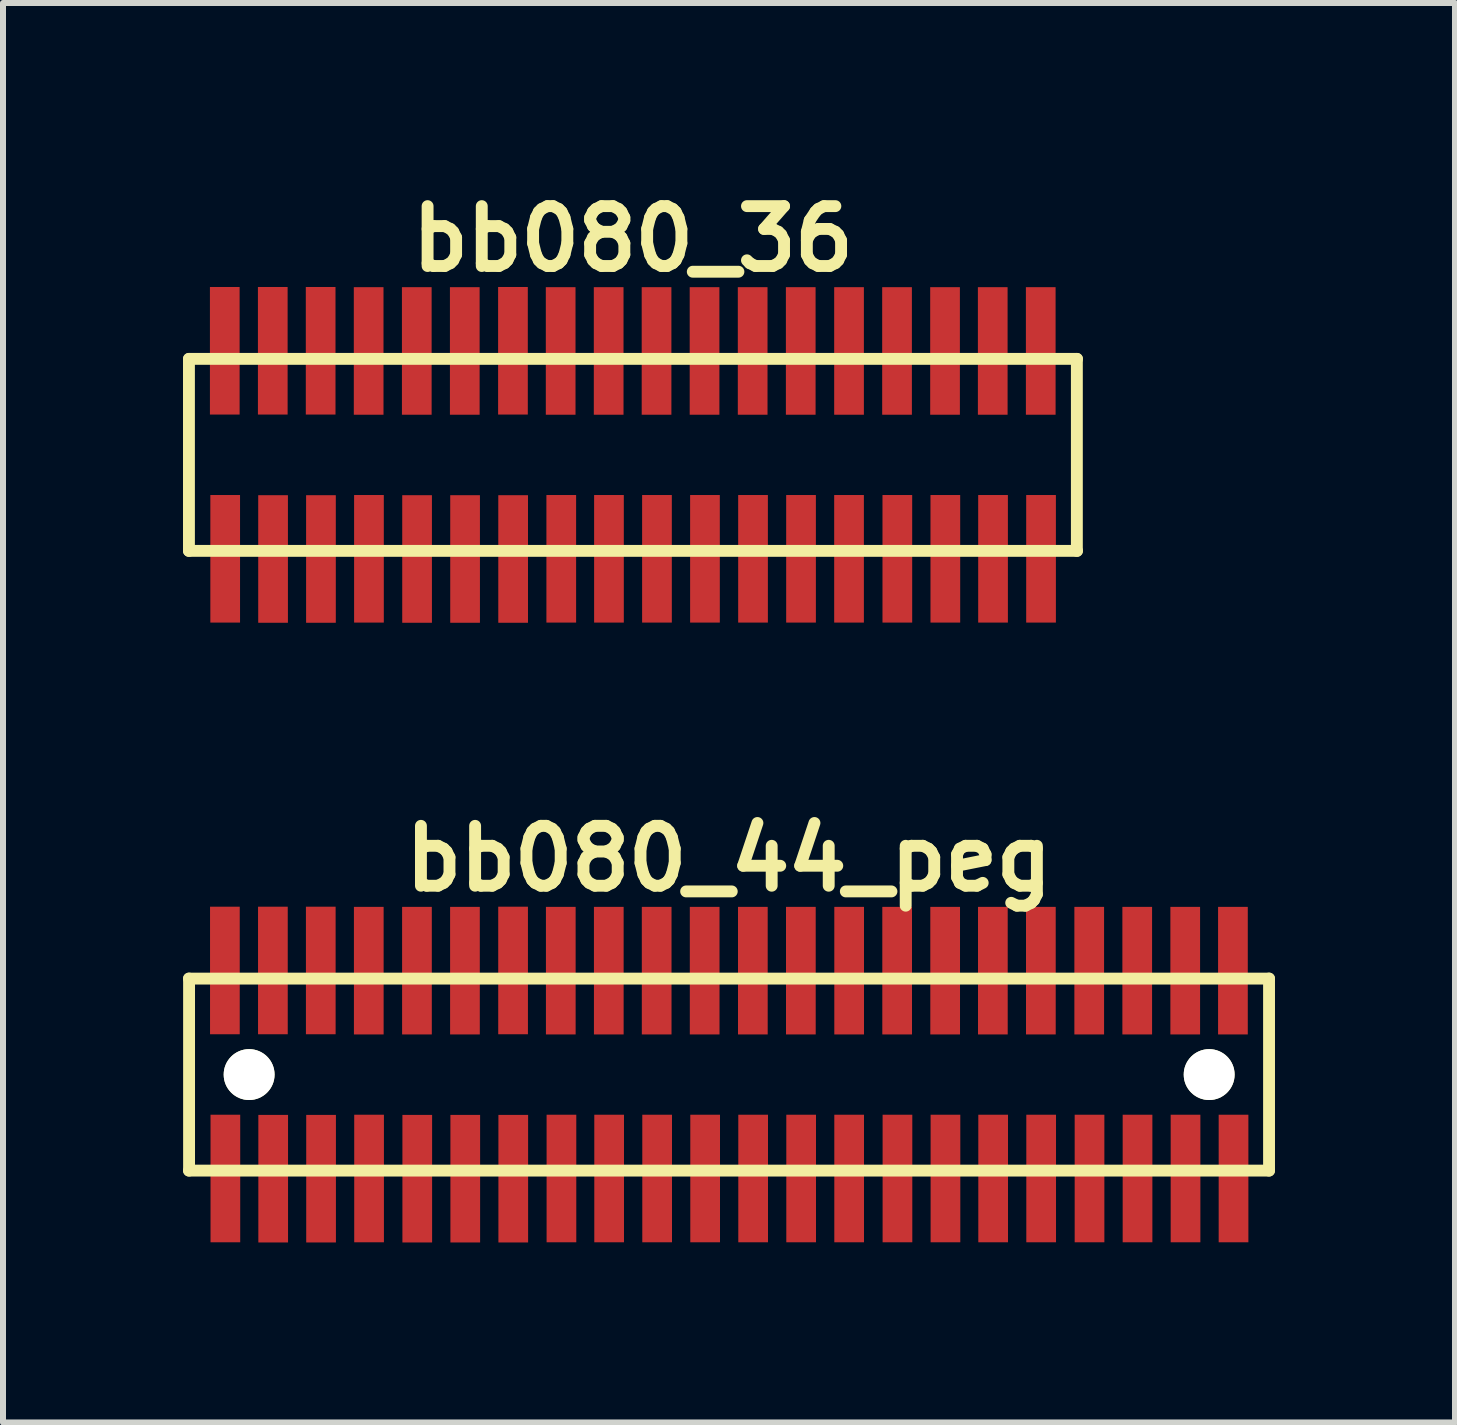
<source format=kicad_pcb>
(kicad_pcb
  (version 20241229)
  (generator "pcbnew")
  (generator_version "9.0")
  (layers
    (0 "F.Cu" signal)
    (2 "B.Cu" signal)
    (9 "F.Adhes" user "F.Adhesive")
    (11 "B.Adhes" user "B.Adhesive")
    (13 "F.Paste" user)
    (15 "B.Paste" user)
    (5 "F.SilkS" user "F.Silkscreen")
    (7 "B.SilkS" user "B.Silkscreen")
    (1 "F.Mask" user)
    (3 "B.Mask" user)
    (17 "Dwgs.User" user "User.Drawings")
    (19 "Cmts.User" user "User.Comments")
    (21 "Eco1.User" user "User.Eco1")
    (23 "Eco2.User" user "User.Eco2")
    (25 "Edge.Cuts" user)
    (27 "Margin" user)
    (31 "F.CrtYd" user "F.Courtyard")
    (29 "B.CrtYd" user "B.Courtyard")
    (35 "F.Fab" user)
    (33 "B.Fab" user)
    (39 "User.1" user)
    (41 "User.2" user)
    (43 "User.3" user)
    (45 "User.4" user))
  (footprint "bb080_36"
    (layer "F.Cu")
    (at 7.498 4.531)
    (property "Reference" "bb080_36" (at 0 -3.599 0) (layer "F.SilkS") (effects (font (size 0.998 0.998) (thickness 0.198))))
    (attr through_hole)
    (fp_line (start -7.399 -1.6) (end -7.399 1.6) (stroke (width 0.198) (type solid)) (layer "F.SilkS"))
    (fp_line (start -7.399 1.6) (end 7.402 1.6) (stroke (width 0.198) (type solid)) (layer "F.SilkS"))
    (fp_line (start 7.399 1.6) (end 7.399 -1.6) (stroke (width 0.198) (type solid)) (layer "F.SilkS"))
    (fp_line (start 7.402 -1.6) (end -7.399 -1.6) (stroke (width 0.198) (type solid)) (layer "F.SilkS"))
    (pad "1" smd rect (at -6.795 1.732) (size 0.495 2.126) (layers "F.Cu" "F.Mask" "F.Paste"))
    (pad "2" smd rect (at -6.802 -1.735) (size 0.495 2.126) (layers "F.Cu" "F.Mask" "F.Paste"))
    (pad "3" smd rect (at -5.997 1.735) (size 0.495 2.126) (layers "F.Cu" "F.Mask" "F.Paste"))
    (pad "4" smd rect (at -6.002 -1.735) (size 0.495 2.126) (layers "F.Cu" "F.Mask" "F.Paste"))
    (pad "5" smd rect (at -5.199 1.735) (size 0.495 2.126) (layers "F.Cu" "F.Mask" "F.Paste"))
    (pad "6" smd rect (at -5.204 -1.735) (size 0.495 2.126) (layers "F.Cu" "F.Mask" "F.Paste"))
    (pad "7" smd rect (at -4.399 1.732) (size 0.495 2.126) (layers "F.Cu" "F.Mask" "F.Paste"))
    (pad "8" smd rect (at -4.404 -1.732) (size 0.495 2.126) (layers "F.Cu" "F.Mask" "F.Paste"))
    (pad "9" smd rect (at -3.597 1.735) (size 0.495 2.126) (layers "F.Cu" "F.Mask" "F.Paste"))
    (pad "10" smd rect (at -3.602 -1.732) (size 0.495 2.126) (layers "F.Cu" "F.Mask" "F.Paste"))
    (pad "11" smd rect (at -2.797 1.735) (size 0.495 2.126) (layers "F.Cu" "F.Mask" "F.Paste"))
    (pad "12" smd rect (at -2.802 -1.732) (size 0.495 2.126) (layers "F.Cu" "F.Mask" "F.Paste"))
    (pad "13" smd rect (at -1.996 1.735) (size 0.495 2.126) (layers "F.Cu" "F.Mask" "F.Paste"))
    (pad "14" smd rect (at -1.999 -1.735) (size 0.495 2.126) (layers "F.Cu" "F.Mask" "F.Paste"))
    (pad "15" smd rect (at -1.194 1.732) (size 0.495 2.126) (layers "F.Cu" "F.Mask" "F.Paste"))
    (pad "16" smd rect (at -1.204 -1.732) (size 0.495 2.126) (layers "F.Cu" "F.Mask" "F.Paste"))
    (pad "17" smd rect (at -0.399 1.732) (size 0.495 2.126) (layers "F.Cu" "F.Mask" "F.Paste"))
    (pad "18" smd rect (at -0.404 -1.732) (size 0.495 2.126) (layers "F.Cu" "F.Mask" "F.Paste"))
    (pad "19" smd rect (at 0.401 1.732) (size 0.495 2.126) (layers "F.Cu" "F.Mask" "F.Paste"))
    (pad "20" smd rect (at 0.394 -1.732) (size 0.495 2.126) (layers "F.Cu" "F.Mask" "F.Paste"))
    (pad "21" smd rect (at 1.201 1.732) (size 0.495 2.126) (layers "F.Cu" "F.Mask" "F.Paste"))
    (pad "22" smd rect (at 1.194 -1.732) (size 0.495 2.126) (layers "F.Cu" "F.Mask" "F.Paste"))
    (pad "23" smd rect (at 2.002 1.732) (size 0.495 2.126) (layers "F.Cu" "F.Mask" "F.Paste"))
    (pad "24" smd rect (at 1.996 -1.732) (size 0.495 2.126) (layers "F.Cu" "F.Mask" "F.Paste"))
    (pad "25" smd rect (at 2.802 1.732) (size 0.495 2.126) (layers "F.Cu" "F.Mask" "F.Paste"))
    (pad "26" smd rect (at 2.797 -1.732) (size 0.495 2.126) (layers "F.Cu" "F.Mask" "F.Paste"))
    (pad "27" smd rect (at 3.602 1.732) (size 0.495 2.126) (layers "F.Cu" "F.Mask" "F.Paste"))
    (pad "28" smd rect (at 3.602 -1.732) (size 0.495 2.126) (layers "F.Cu" "F.Mask" "F.Paste"))
    (pad "29" smd rect (at 4.407 1.732) (size 0.495 2.126) (layers "F.Cu" "F.Mask" "F.Paste"))
    (pad "30" smd rect (at 4.402 -1.732) (size 0.495 2.126) (layers "F.Cu" "F.Mask" "F.Paste"))
    (pad "31" smd rect (at 5.207 1.732) (size 0.495 2.126) (layers "F.Cu" "F.Mask" "F.Paste"))
    (pad "32" smd rect (at 5.202 -1.732) (size 0.495 2.126) (layers "F.Cu" "F.Mask" "F.Paste"))
    (pad "33" smd rect (at 6.002 1.732) (size 0.495 2.126) (layers "F.Cu" "F.Mask" "F.Paste"))
    (pad "34" smd rect (at 5.997 -1.732) (size 0.495 2.126) (layers "F.Cu" "F.Mask" "F.Paste"))
    (pad "35" smd rect (at 6.802 1.732) (size 0.495 2.126) (layers "F.Cu" "F.Mask" "F.Paste"))
    (pad "36" smd rect (at 6.797 -1.732) (size 0.495 2.126) (layers "F.Cu" "F.Mask" "F.Paste")))
  (footprint "bb080_44_peg"
    (layer "F.Cu")
    (at 9.098 14.859)
    (property "Reference" "bb080_44_peg" (at 0 -3.599 0) (layer "F.SilkS") (effects (font (size 0.998 0.998) (thickness 0.198))))
    (attr through_hole)
    (fp_line (start -8.999 -1.6) (end 9.002 -1.6) (stroke (width 0.198) (type solid)) (layer "F.SilkS"))
    (fp_line (start -8.997 -1.6) (end -8.997 1.6) (stroke (width 0.198) (type solid)) (layer "F.SilkS"))
    (fp_line (start 9.002 1.6) (end -8.999 1.6) (stroke (width 0.198) (type solid)) (layer "F.SilkS"))
    (fp_line (start 9.002 1.6) (end 9.002 -1.6) (stroke (width 0.198) (type solid)) (layer "F.SilkS"))
    (pad "" np_thru_hole circle (at -7.996 0) (size 0.848 0.848) (drill 0.848) (layers "*.Cu" "*.Mask" "F.SilkS"))
    (pad "" np_thru_hole circle (at 8.004 0) (size 0.848 0.848) (drill 0.848) (layers "*.Cu" "*.Mask" "F.SilkS"))
    (pad "1" smd rect (at -8.392 1.732) (size 0.495 2.126) (layers "F.Cu" "F.Mask" "F.Paste"))
    (pad "2" smd rect (at -8.4 -1.735) (size 0.495 2.126) (layers "F.Cu" "F.Mask" "F.Paste"))
    (pad "3" smd rect (at -7.595 1.735) (size 0.495 2.126) (layers "F.Cu" "F.Mask" "F.Paste"))
    (pad "4" smd rect (at -7.6 -1.735) (size 0.495 2.126) (layers "F.Cu" "F.Mask" "F.Paste"))
    (pad "5" smd rect (at -6.797 1.735) (size 0.495 2.126) (layers "F.Cu" "F.Mask" "F.Paste"))
    (pad "6" smd rect (at -6.802 -1.735) (size 0.495 2.126) (layers "F.Cu" "F.Mask" "F.Paste"))
    (pad "7" smd rect (at -5.997 1.732) (size 0.495 2.126) (layers "F.Cu" "F.Mask" "F.Paste"))
    (pad "8" smd rect (at -6.002 -1.732) (size 0.495 2.126) (layers "F.Cu" "F.Mask" "F.Paste"))
    (pad "9" smd rect (at -5.194 1.735) (size 0.495 2.126) (layers "F.Cu" "F.Mask" "F.Paste"))
    (pad "10" smd rect (at -5.199 -1.732) (size 0.495 2.126) (layers "F.Cu" "F.Mask" "F.Paste"))
    (pad "11" smd rect (at -4.394 1.735) (size 0.495 2.126) (layers "F.Cu" "F.Mask" "F.Paste"))
    (pad "12" smd rect (at -4.399 -1.732) (size 0.495 2.126) (layers "F.Cu" "F.Mask" "F.Paste"))
    (pad "13" smd rect (at -3.594 1.735) (size 0.495 2.126) (layers "F.Cu" "F.Mask" "F.Paste"))
    (pad "14" smd rect (at -3.597 -1.735) (size 0.495 2.126) (layers "F.Cu" "F.Mask" "F.Paste"))
    (pad "15" smd rect (at -2.791 1.732) (size 0.495 2.126) (layers "F.Cu" "F.Mask" "F.Paste"))
    (pad "16" smd rect (at -2.802 -1.732) (size 0.495 2.126) (layers "F.Cu" "F.Mask" "F.Paste"))
    (pad "17" smd rect (at -1.996 1.732) (size 0.495 2.126) (layers "F.Cu" "F.Mask" "F.Paste"))
    (pad "18" smd rect (at -2.002 -1.732) (size 0.495 2.126) (layers "F.Cu" "F.Mask" "F.Paste"))
    (pad "19" smd rect (at -1.196 1.732) (size 0.495 2.126) (layers "F.Cu" "F.Mask" "F.Paste"))
    (pad "20" smd rect (at -1.204 -1.732) (size 0.495 2.126) (layers "F.Cu" "F.Mask" "F.Paste"))
    (pad "21" smd rect (at -0.396 1.732) (size 0.495 2.126) (layers "F.Cu" "F.Mask" "F.Paste"))
    (pad "22" smd rect (at -0.404 -1.732) (size 0.495 2.126) (layers "F.Cu" "F.Mask" "F.Paste"))
    (pad "23" smd rect (at 0.404 1.732) (size 0.495 2.126) (layers "F.Cu" "F.Mask" "F.Paste"))
    (pad "24" smd rect (at 0.399 -1.732) (size 0.495 2.126) (layers "F.Cu" "F.Mask" "F.Paste"))
    (pad "25" smd rect (at 1.204 1.732) (size 0.495 2.126) (layers "F.Cu" "F.Mask" "F.Paste"))
    (pad "26" smd rect (at 1.199 -1.732) (size 0.495 2.126) (layers "F.Cu" "F.Mask" "F.Paste"))
    (pad "27" smd rect (at 2.004 1.732) (size 0.495 2.126) (layers "F.Cu" "F.Mask" "F.Paste"))
    (pad "28" smd rect (at 2.004 -1.732) (size 0.495 2.126) (layers "F.Cu" "F.Mask" "F.Paste"))
    (pad "29" smd rect (at 2.809 1.732) (size 0.495 2.126) (layers "F.Cu" "F.Mask" "F.Paste"))
    (pad "30" smd rect (at 2.804 -1.732) (size 0.495 2.126) (layers "F.Cu" "F.Mask" "F.Paste"))
    (pad "31" smd rect (at 3.609 1.732) (size 0.495 2.126) (layers "F.Cu" "F.Mask" "F.Paste"))
    (pad "32" smd rect (at 3.604 -1.732) (size 0.495 2.126) (layers "F.Cu" "F.Mask" "F.Paste"))
    (pad "33" smd rect (at 4.404 1.732) (size 0.495 2.126) (layers "F.Cu" "F.Mask" "F.Paste"))
    (pad "34" smd rect (at 4.399 -1.732) (size 0.495 2.126) (layers "F.Cu" "F.Mask" "F.Paste"))
    (pad "35" smd rect (at 5.204 1.732) (size 0.495 2.126) (layers "F.Cu" "F.Mask" "F.Paste"))
    (pad "36" smd rect (at 5.199 -1.732) (size 0.495 2.126) (layers "F.Cu" "F.Mask" "F.Paste"))
    (pad "37" smd rect (at 6.01 1.732) (size 0.495 2.126) (layers "F.Cu" "F.Mask" "F.Paste"))
    (pad "38" smd rect (at 6.005 -1.732) (size 0.495 2.126) (layers "F.Cu" "F.Mask" "F.Paste"))
    (pad "39" smd rect (at 6.81 1.732) (size 0.495 2.126) (layers "F.Cu" "F.Mask" "F.Paste"))
    (pad "40" smd rect (at 6.805 -1.732) (size 0.495 2.126) (layers "F.Cu" "F.Mask" "F.Paste"))
    (pad "41" smd rect (at 7.61 1.732) (size 0.495 2.126) (layers "F.Cu" "F.Mask" "F.Paste"))
    (pad "42" smd rect (at 7.605 -1.732) (size 0.495 2.126) (layers "F.Cu" "F.Mask" "F.Paste"))
    (pad "43" smd rect (at 8.41 1.732) (size 0.495 2.126) (layers "F.Cu" "F.Mask" "F.Paste"))
    (pad "44" smd rect (at 8.4 -1.732) (size 0.495 2.126) (layers "F.Cu" "F.Mask" "F.Paste")))
  (gr_rect
    (start -3 -3)
    (end 21.199 20.657)
    (stroke (width 0.1) (type default))
    (fill no)
    (layer "Edge.Cuts")))
</source>
